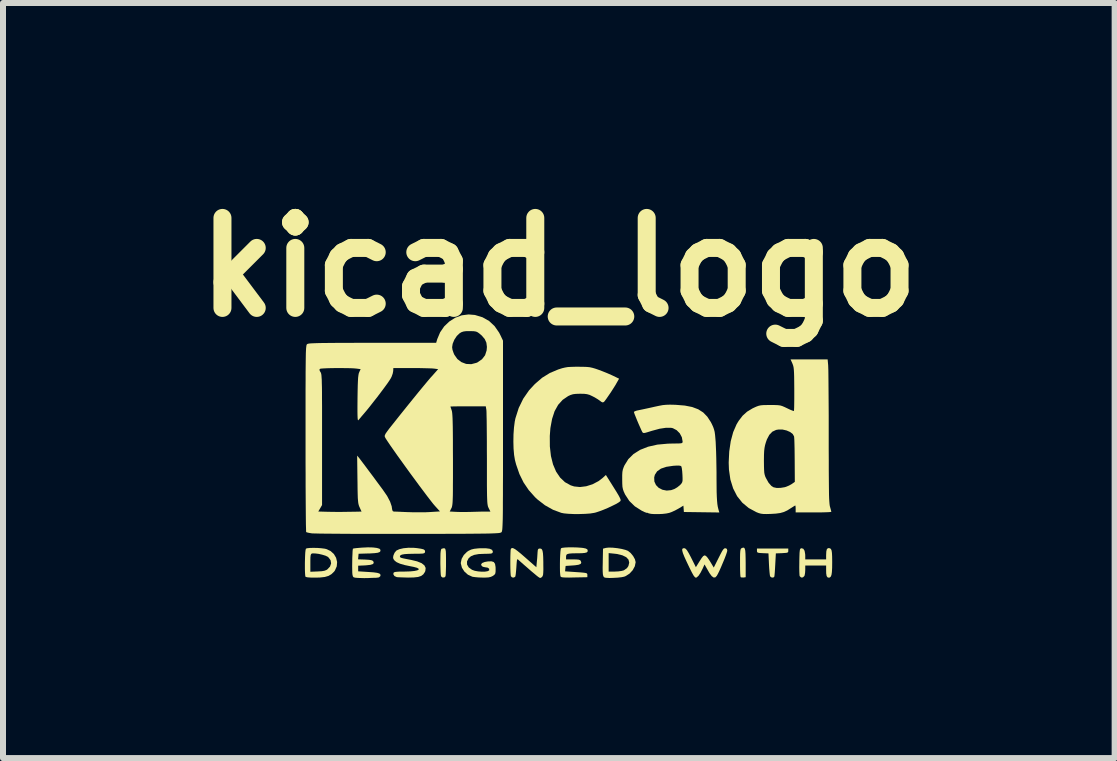
<source format=kicad_pcb>
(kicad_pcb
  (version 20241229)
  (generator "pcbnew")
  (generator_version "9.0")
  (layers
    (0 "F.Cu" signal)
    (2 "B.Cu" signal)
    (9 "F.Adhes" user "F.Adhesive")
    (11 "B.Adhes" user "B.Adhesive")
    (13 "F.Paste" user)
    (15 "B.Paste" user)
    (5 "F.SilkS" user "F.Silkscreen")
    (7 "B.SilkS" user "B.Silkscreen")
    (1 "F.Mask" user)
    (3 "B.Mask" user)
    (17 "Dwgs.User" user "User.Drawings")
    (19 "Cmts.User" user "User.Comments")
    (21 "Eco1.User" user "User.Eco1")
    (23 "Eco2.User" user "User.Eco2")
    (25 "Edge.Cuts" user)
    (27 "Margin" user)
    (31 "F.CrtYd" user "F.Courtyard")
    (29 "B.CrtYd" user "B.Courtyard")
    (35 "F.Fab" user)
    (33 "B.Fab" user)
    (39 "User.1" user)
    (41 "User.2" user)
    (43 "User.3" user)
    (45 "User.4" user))
  (footprint "kicad_logo"
    (layer "F.Cu")
    (at 6.356 4.404)
    (property "Reference" "kicad_logo" (at -0.091 -3 0) (layer "F.SilkS") (effects (font (size 1.5 1.5) (thickness 0.3))))
    (attr board_only exclude_from_pos_files exclude_from_bom)
    (fp_poly (pts (xy 2.995 1.675) (xy 3.008 1.691) (xy 3.016 1.724) (xy 3.02 1.777) (xy 3.022 1.854) (xy 3.023 1.931) (xy 3.023 2.167) (xy 2.986 2.172) (xy 2.954 2.171) (xy 2.939 2.166) (xy 2.935 2.148) (xy 2.932 2.107) (xy 2.93 2.047) (xy 2.929 1.974) (xy 2.929 1.926) (xy 2.929 1.839) (xy 2.93 1.777) (xy 2.933 1.734) (xy 2.937 1.708) (xy 2.944 1.692) (xy 2.953 1.684) (xy 2.955 1.683) (xy 2.978 1.674)) (stroke (width 0) (type solid)) (fill yes) (layer "F.SilkS"))
    (fp_poly (pts (xy -1.995 1.686) (xy -1.986 1.693) (xy -1.98 1.709) (xy -1.975 1.737) (xy -1.973 1.783) (xy -1.972 1.85) (xy -1.972 1.912) (xy -1.972 1.99) (xy -1.974 2.059) (xy -1.976 2.112) (xy -1.979 2.145) (xy -1.98 2.152) (xy -2 2.171) (xy -2.029 2.172) (xy -2.052 2.155) (xy -2.055 2.149) (xy -2.059 2.126) (xy -2.062 2.08) (xy -2.064 2.017) (xy -2.066 1.943) (xy -2.066 1.915) (xy -2.065 1.831) (xy -2.064 1.772) (xy -2.06 1.733) (xy -2.055 1.708) (xy -2.047 1.695) (xy -2.043 1.692) (xy -2.011 1.684)) (stroke (width 0) (type solid)) (fill yes) (layer "F.SilkS"))
    (fp_poly (pts (xy 3.733 1.725) (xy 3.732 1.744) (xy 3.722 1.755) (xy 3.7 1.761) (xy 3.657 1.764) (xy 3.629 1.766) (xy 3.526 1.77) (xy 3.516 1.954) (xy 3.512 2.025) (xy 3.508 2.087) (xy 3.504 2.132) (xy 3.501 2.156) (xy 3.501 2.157) (xy 3.484 2.172) (xy 3.457 2.172) (xy 3.434 2.157) (xy 3.429 2.149) (xy 3.425 2.125) (xy 3.42 2.079) (xy 3.415 2.017) (xy 3.411 1.947) (xy 3.403 1.77) (xy 3.307 1.766) (xy 3.256 1.763) (xy 3.227 1.758) (xy 3.214 1.748) (xy 3.211 1.731) (xy 3.211 1.725) (xy 3.211 1.689) (xy 3.472 1.689) (xy 3.733 1.689)) (stroke (width 0) (type solid)) (fill yes) (layer "F.SilkS"))
    (fp_poly (pts (xy 0.809 1.675) (xy 0.884 1.683) (xy 0.958 1.696) (xy 1.02 1.712) (xy 1.059 1.727) (xy 1.106 1.764) (xy 1.147 1.814) (xy 1.177 1.868) (xy 1.189 1.916) (xy 1.189 1.917) (xy 1.175 1.985) (xy 1.139 2.051) (xy 1.086 2.108) (xy 1.021 2.149) (xy 0.998 2.158) (xy 0.954 2.167) (xy 0.891 2.174) (xy 0.82 2.178) (xy 0.752 2.18) (xy 0.7 2.177) (xy 0.677 2.174) (xy 0.661 2.166) (xy 0.65 2.149) (xy 0.643 2.119) (xy 0.64 2.073) (xy 0.639 2.006) (xy 0.641 1.919) (xy 0.739 1.919) (xy 0.739 2.073) (xy 0.841 2.073) (xy 0.901 2.07) (xy 0.957 2.062) (xy 0.993 2.052) (xy 1.044 2.016) (xy 1.068 1.981) (xy 1.082 1.924) (xy 1.07 1.874) (xy 1.032 1.833) (xy 0.968 1.802) (xy 0.88 1.78) (xy 0.837 1.775) (xy 0.739 1.765) (xy 0.739 1.919) (xy 0.641 1.919) (xy 0.641 1.915) (xy 0.641 1.9) (xy 0.645 1.691) (xy 0.694 1.678) (xy 0.742 1.673)) (stroke (width 0) (type solid)) (fill yes) (layer "F.SilkS"))
    (fp_poly (pts (xy 4.428 1.685) (xy 4.444 1.697) (xy 4.455 1.722) (xy 4.461 1.763) (xy 4.464 1.825) (xy 4.465 1.913) (xy 4.465 1.918) (xy 4.464 2.012) (xy 4.46 2.082) (xy 4.453 2.129) (xy 4.441 2.158) (xy 4.424 2.172) (xy 4.408 2.175) (xy 4.386 2.168) (xy 4.372 2.146) (xy 4.365 2.103) (xy 4.364 2.05) (xy 4.364 1.972) (xy 4.19 1.972) (xy 4.016 1.972) (xy 4.016 2.045) (xy 4.013 2.094) (xy 4.006 2.134) (xy 4.001 2.147) (xy 3.977 2.17) (xy 3.948 2.172) (xy 3.926 2.153) (xy 3.921 2.142) (xy 3.919 2.116) (xy 3.917 2.068) (xy 3.916 2.002) (xy 3.917 1.927) (xy 3.917 1.899) (xy 3.919 1.817) (xy 3.921 1.76) (xy 3.925 1.722) (xy 3.929 1.701) (xy 3.937 1.69) (xy 3.948 1.685) (xy 3.954 1.684) (xy 3.984 1.693) (xy 4.005 1.727) (xy 4.015 1.785) (xy 4.016 1.813) (xy 4.016 1.87) (xy 4.19 1.87) (xy 4.364 1.87) (xy 4.364 1.799) (xy 4.367 1.737) (xy 4.376 1.7) (xy 4.393 1.684) (xy 4.406 1.682)) (stroke (width 0) (type solid)) (fill yes) (layer "F.SilkS"))
    (fp_poly (pts (xy 2.006 1.685) (xy 2.024 1.694) (xy 2.046 1.72) (xy 2.074 1.766) (xy 2.11 1.834) (xy 2.115 1.844) (xy 2.193 2) (xy 2.253 1.903) (xy 2.287 1.85) (xy 2.314 1.816) (xy 2.337 1.803) (xy 2.361 1.812) (xy 2.389 1.843) (xy 2.426 1.898) (xy 2.461 1.956) (xy 2.491 2.006) (xy 2.573 1.843) (xy 2.608 1.774) (xy 2.633 1.728) (xy 2.653 1.7) (xy 2.668 1.687) (xy 2.683 1.684) (xy 2.686 1.684) (xy 2.71 1.695) (xy 2.716 1.723) (xy 2.716 1.727) (xy 2.709 1.754) (xy 2.693 1.801) (xy 2.67 1.861) (xy 2.642 1.928) (xy 2.613 1.997) (xy 2.585 2.06) (xy 2.56 2.111) (xy 2.542 2.143) (xy 2.517 2.17) (xy 2.489 2.172) (xy 2.457 2.149) (xy 2.42 2.099) (xy 2.398 2.061) (xy 2.337 1.954) (xy 2.307 2.021) (xy 2.271 2.092) (xy 2.237 2.143) (xy 2.206 2.171) (xy 2.191 2.175) (xy 2.175 2.165) (xy 2.152 2.135) (xy 2.123 2.082) (xy 2.084 2.004) (xy 2.084 2.004) (xy 2.036 1.903) (xy 2 1.824) (xy 1.977 1.766) (xy 1.966 1.725) (xy 1.965 1.7) (xy 1.975 1.687) (xy 1.994 1.683)) (stroke (width 0) (type solid)) (fill yes) (layer "F.SilkS"))
    (fp_poly (pts (xy -4.116 1.679) (xy -4.052 1.684) (xy -3.996 1.691) (xy -3.969 1.697) (xy -3.897 1.73) (xy -3.841 1.78) (xy -3.804 1.843) (xy -3.787 1.914) (xy -3.793 1.986) (xy -3.823 2.054) (xy -3.838 2.075) (xy -3.881 2.116) (xy -3.93 2.145) (xy -3.992 2.163) (xy -4.073 2.172) (xy -4.149 2.174) (xy -4.225 2.173) (xy -4.28 2.169) (xy -4.31 2.162) (xy -4.314 2.159) (xy -4.319 2.136) (xy -4.322 2.092) (xy -4.324 2.031) (xy -4.324 1.962) (xy -4.324 1.929) (xy -4.233 1.929) (xy -4.233 2.076) (xy -4.111 2.071) (xy -4.043 2.067) (xy -3.997 2.059) (xy -3.964 2.046) (xy -3.948 2.035) (xy -3.905 1.989) (xy -3.887 1.937) (xy -3.896 1.884) (xy -3.93 1.838) (xy -3.944 1.826) (xy -3.981 1.808) (xy -4.034 1.792) (xy -4.094 1.778) (xy -4.151 1.771) (xy -4.195 1.77) (xy -4.21 1.773) (xy -4.221 1.782) (xy -4.228 1.801) (xy -4.232 1.837) (xy -4.233 1.894) (xy -4.233 1.929) (xy -4.324 1.929) (xy -4.323 1.889) (xy -4.321 1.819) (xy -4.318 1.759) (xy -4.313 1.715) (xy -4.307 1.692) (xy -4.307 1.691) (xy -4.284 1.684) (xy -4.239 1.679) (xy -4.181 1.678)) (stroke (width 0) (type solid)) (fill yes) (layer "F.SilkS"))
    (fp_poly (pts (xy -3.19 1.671) (xy -3.125 1.679) (xy -3.082 1.692) (xy -3.067 1.707) (xy -3.064 1.73) (xy -3.077 1.747) (xy -3.108 1.759) (xy -3.163 1.766) (xy -3.242 1.771) (xy -3.262 1.771) (xy -3.429 1.776) (xy -3.433 1.822) (xy -3.438 1.869) (xy -3.319 1.873) (xy -3.256 1.877) (xy -3.216 1.883) (xy -3.193 1.893) (xy -3.184 1.902) (xy -3.176 1.929) (xy -3.191 1.948) (xy -3.232 1.961) (xy -3.298 1.968) (xy -3.321 1.97) (xy -3.436 1.975) (xy -3.436 2.022) (xy -3.436 2.069) (xy -3.263 2.08) (xy -3.178 2.086) (xy -3.12 2.094) (xy -3.083 2.105) (xy -3.066 2.12) (xy -3.064 2.141) (xy -3.068 2.151) (xy -3.09 2.17) (xy -3.129 2.176) (xy -3.174 2.177) (xy -3.232 2.179) (xy -3.269 2.181) (xy -3.336 2.182) (xy -3.407 2.18) (xy -3.439 2.179) (xy -3.486 2.175) (xy -3.512 2.168) (xy -3.524 2.153) (xy -3.531 2.126) (xy -3.531 2.125) (xy -3.534 2.095) (xy -3.535 2.045) (xy -3.536 1.982) (xy -3.535 1.913) (xy -3.534 1.844) (xy -3.531 1.781) (xy -3.529 1.73) (xy -3.525 1.698) (xy -3.523 1.691) (xy -3.506 1.687) (xy -3.467 1.682) (xy -3.412 1.677) (xy -3.375 1.674) (xy -3.274 1.669)) (stroke (width 0) (type solid)) (fill yes) (layer "F.SilkS"))
    (fp_poly (pts (xy 0.214 1.671) (xy 0.282 1.676) (xy 0.312 1.679) (xy 0.358 1.689) (xy 0.382 1.702) (xy 0.389 1.716) (xy 0.389 1.738) (xy 0.375 1.753) (xy 0.343 1.762) (xy 0.291 1.767) (xy 0.215 1.768) (xy 0.138 1.769) (xy 0.086 1.773) (xy 0.054 1.78) (xy 0.036 1.792) (xy 0.03 1.812) (xy 0.029 1.828) (xy 0.029 1.87) (xy 0.144 1.87) (xy 0.204 1.871) (xy 0.242 1.875) (xy 0.263 1.883) (xy 0.274 1.896) (xy 0.283 1.925) (xy 0.272 1.945) (xy 0.239 1.959) (xy 0.18 1.968) (xy 0.142 1.971) (xy 0.022 1.979) (xy 0.017 2.024) (xy 0.013 2.069) (xy 0.199 2.082) (xy 0.275 2.087) (xy 0.326 2.092) (xy 0.359 2.097) (xy 0.376 2.104) (xy 0.383 2.114) (xy 0.384 2.128) (xy 0.384 2.131) (xy 0.384 2.167) (xy 0.165 2.171) (xy 0.079 2.173) (xy 0.019 2.172) (xy -0.022 2.17) (xy -0.046 2.166) (xy -0.059 2.159) (xy -0.064 2.152) (xy -0.068 2.125) (xy -0.072 2.076) (xy -0.073 2.014) (xy -0.073 1.943) (xy -0.072 1.87) (xy -0.069 1.801) (xy -0.065 1.743) (xy -0.06 1.702) (xy -0.055 1.685) (xy -0.033 1.677) (xy 0.012 1.672) (xy 0.072 1.669) (xy 0.141 1.669)) (stroke (width 0) (type solid)) (fill yes) (layer "F.SilkS"))
    (fp_poly (pts (xy -1.244 1.693) (xy -1.204 1.711) (xy -1.191 1.739) (xy -1.192 1.745) (xy -1.196 1.76) (xy -1.207 1.769) (xy -1.231 1.774) (xy -1.274 1.776) (xy -1.327 1.777) (xy -1.426 1.781) (xy -1.502 1.795) (xy -1.557 1.818) (xy -1.595 1.851) (xy -1.622 1.904) (xy -1.621 1.956) (xy -1.593 2.004) (xy -1.539 2.043) (xy -1.537 2.044) (xy -1.493 2.06) (xy -1.437 2.07) (xy -1.378 2.075) (xy -1.322 2.074) (xy -1.279 2.067) (xy -1.254 2.054) (xy -1.251 2.05) (xy -1.254 2.024) (xy -1.28 2.007) (xy -1.321 2.001) (xy -1.357 1.993) (xy -1.378 1.978) (xy -1.387 1.952) (xy -1.369 1.93) (xy -1.326 1.913) (xy -1.274 1.904) (xy -1.214 1.902) (xy -1.176 1.914) (xy -1.155 1.944) (xy -1.146 1.996) (xy -1.145 2.031) (xy -1.146 2.08) (xy -1.152 2.109) (xy -1.167 2.128) (xy -1.192 2.146) (xy -1.224 2.161) (xy -1.262 2.17) (xy -1.314 2.173) (xy -1.363 2.173) (xy -1.427 2.171) (xy -1.485 2.166) (xy -1.528 2.16) (xy -1.535 2.158) (xy -1.607 2.125) (xy -1.666 2.072) (xy -1.707 2.008) (xy -1.725 1.937) (xy -1.725 1.925) (xy -1.711 1.86) (xy -1.675 1.797) (xy -1.622 1.744) (xy -1.595 1.726) (xy -1.552 1.706) (xy -1.505 1.694) (xy -1.443 1.687) (xy -1.403 1.684) (xy -1.31 1.684)) (stroke (width 0) (type solid)) (fill yes) (layer "F.SilkS"))
    (fp_poly (pts (xy -0.846 1.686) (xy -0.817 1.702) (xy -0.777 1.732) (xy -0.723 1.776) (xy -0.654 1.836) (xy -0.565 1.914) (xy -0.552 1.925) (xy -0.466 2.001) (xy -0.458 1.91) (xy -0.452 1.849) (xy -0.448 1.787) (xy -0.446 1.754) (xy -0.442 1.714) (xy -0.433 1.695) (xy -0.414 1.689) (xy -0.406 1.689) (xy -0.387 1.692) (xy -0.373 1.704) (xy -0.363 1.728) (xy -0.356 1.768) (xy -0.352 1.828) (xy -0.35 1.912) (xy -0.35 1.959) (xy -0.349 2.036) (xy -0.351 2.09) (xy -0.354 2.125) (xy -0.361 2.147) (xy -0.371 2.162) (xy -0.375 2.165) (xy -0.392 2.178) (xy -0.409 2.178) (xy -0.433 2.163) (xy -0.46 2.142) (xy -0.498 2.11) (xy -0.551 2.066) (xy -0.609 2.015) (xy -0.668 1.964) (xy -0.719 1.919) (xy -0.756 1.886) (xy -0.761 1.881) (xy -0.774 1.87) (xy -0.783 1.868) (xy -0.789 1.881) (xy -0.793 1.912) (xy -0.797 1.965) (xy -0.799 1.998) (xy -0.804 2.061) (xy -0.809 2.113) (xy -0.815 2.149) (xy -0.818 2.158) (xy -0.841 2.173) (xy -0.871 2.17) (xy -0.891 2.15) (xy -0.891 2.15) (xy -0.894 2.127) (xy -0.897 2.082) (xy -0.899 2.021) (xy -0.9 1.952) (xy -0.9 1.88) (xy -0.899 1.812) (xy -0.897 1.754) (xy -0.895 1.714) (xy -0.891 1.696) (xy -0.881 1.684) (xy -0.867 1.68)) (stroke (width 0) (type solid)) (fill yes) (layer "F.SilkS"))
    (fp_poly (pts (xy -2.509 1.677) (xy -2.456 1.682) (xy -2.39 1.692) (xy -2.348 1.702) (xy -2.327 1.716) (xy -2.321 1.735) (xy -2.322 1.749) (xy -2.327 1.76) (xy -2.339 1.768) (xy -2.363 1.773) (xy -2.405 1.775) (xy -2.468 1.776) (xy -2.501 1.776) (xy -2.594 1.778) (xy -2.661 1.782) (xy -2.706 1.79) (xy -2.731 1.801) (xy -2.74 1.817) (xy -2.74 1.819) (xy -2.739 1.83) (xy -2.731 1.838) (xy -2.712 1.846) (xy -2.679 1.854) (xy -2.625 1.865) (xy -2.556 1.878) (xy -2.453 1.903) (xy -2.379 1.933) (xy -2.332 1.97) (xy -2.311 2.013) (xy -2.317 2.064) (xy -2.325 2.082) (xy -2.35 2.119) (xy -2.386 2.146) (xy -2.438 2.163) (xy -2.51 2.171) (xy -2.605 2.173) (xy -2.672 2.171) (xy -2.732 2.169) (xy -2.776 2.167) (xy -2.793 2.165) (xy -2.831 2.148) (xy -2.849 2.12) (xy -2.848 2.097) (xy -2.84 2.087) (xy -2.822 2.08) (xy -2.789 2.076) (xy -2.738 2.073) (xy -2.662 2.073) (xy -2.569 2.07) (xy -2.499 2.063) (xy -2.451 2.053) (xy -2.427 2.04) (xy -2.428 2.026) (xy -2.456 2.01) (xy -2.511 1.995) (xy -2.552 1.987) (xy -2.658 1.965) (xy -2.738 1.942) (xy -2.794 1.917) (xy -2.827 1.892) (xy -2.849 1.863) (xy -2.854 1.835) (xy -2.848 1.803) (xy -2.829 1.759) (xy -2.8 1.724) (xy -2.797 1.722) (xy -2.75 1.7) (xy -2.681 1.684) (xy -2.598 1.676)) (stroke (width 0) (type solid)) (fill yes) (layer "F.SilkS"))
    (fp_poly (pts (xy 0.314 -1.34) (xy 0.375 -1.338) (xy 0.424 -1.333) (xy 0.469 -1.323) (xy 0.517 -1.309) (xy 0.558 -1.295) (xy 0.633 -1.267) (xy 0.715 -1.234) (xy 0.788 -1.202) (xy 0.801 -1.196) (xy 0.913 -1.142) (xy 0.878 -1.081) (xy 0.85 -1.032) (xy 0.814 -0.975) (xy 0.775 -0.914) (xy 0.735 -0.856) (xy 0.7 -0.805) (xy 0.673 -0.769) (xy 0.66 -0.754) (xy 0.641 -0.746) (xy 0.617 -0.756) (xy 0.595 -0.773) (xy 0.558 -0.799) (xy 0.507 -0.83) (xy 0.468 -0.85) (xy 0.421 -0.872) (xy 0.378 -0.884) (xy 0.33 -0.89) (xy 0.265 -0.891) (xy 0.261 -0.891) (xy 0.194 -0.889) (xy 0.145 -0.883) (xy 0.103 -0.87) (xy 0.064 -0.852) (xy -0.027 -0.79) (xy -0.103 -0.706) (xy -0.162 -0.6) (xy -0.204 -0.471) (xy -0.232 -0.319) (xy -0.242 -0.188) (xy -0.241 -0.012) (xy -0.223 0.147) (xy -0.188 0.287) (xy -0.137 0.407) (xy -0.07 0.506) (xy 0.011 0.583) (xy 0.107 0.636) (xy 0.164 0.654) (xy 0.261 0.664) (xy 0.365 0.651) (xy 0.47 0.618) (xy 0.569 0.566) (xy 0.635 0.516) (xy 0.693 0.463) (xy 0.823 0.67) (xy 0.871 0.747) (xy 0.905 0.804) (xy 0.926 0.844) (xy 0.937 0.87) (xy 0.939 0.888) (xy 0.934 0.899) (xy 0.933 0.9) (xy 0.907 0.92) (xy 0.859 0.948) (xy 0.796 0.979) (xy 0.726 1.012) (xy 0.652 1.043) (xy 0.583 1.069) (xy 0.525 1.088) (xy 0.5 1.094) (xy 0.432 1.105) (xy 0.347 1.111) (xy 0.253 1.114) (xy 0.158 1.114) (xy 0.068 1.11) (xy -0.006 1.103) (xy -0.051 1.094) (xy -0.188 1.043) (xy -0.322 0.968) (xy -0.446 0.872) (xy -0.487 0.834) (xy -0.593 0.715) (xy -0.679 0.588) (xy -0.748 0.448) (xy -0.803 0.289) (xy -0.823 0.213) (xy -0.837 0.129) (xy -0.846 0.024) (xy -0.849 -0.093) (xy -0.847 -0.213) (xy -0.839 -0.327) (xy -0.826 -0.428) (xy -0.815 -0.481) (xy -0.76 -0.654) (xy -0.685 -0.808) (xy -0.588 -0.948) (xy -0.491 -1.053) (xy -0.369 -1.158) (xy -0.241 -1.237) (xy -0.101 -1.296) (xy -0.091 -1.299) (xy -0.035 -1.317) (xy 0.012 -1.328) (xy 0.059 -1.336) (xy 0.115 -1.339) (xy 0.187 -1.341) (xy 0.232 -1.341)) (stroke (width 0) (type solid)) (fill yes) (layer "F.SilkS"))
    (fp_poly (pts (xy 1.84 -0.707) (xy 1.863 -0.706) (xy 2.009 -0.694) (xy 2.131 -0.67) (xy 2.232 -0.632) (xy 2.315 -0.579) (xy 2.384 -0.508) (xy 2.442 -0.419) (xy 2.46 -0.384) (xy 2.481 -0.338) (xy 2.495 -0.298) (xy 2.506 -0.255) (xy 2.513 -0.203) (xy 2.519 -0.134) (xy 2.523 -0.086) (xy 2.526 -0.016) (xy 2.53 0.075) (xy 2.533 0.183) (xy 2.535 0.3) (xy 2.537 0.419) (xy 2.537 0.507) (xy 2.538 0.638) (xy 2.539 0.743) (xy 2.542 0.827) (xy 2.546 0.894) (xy 2.551 0.948) (xy 2.558 0.993) (xy 2.568 1.033) (xy 2.574 1.055) (xy 2.584 1.088) (xy 2.289 1.084) (xy 1.993 1.08) (xy 1.989 1.027) (xy 1.985 0.974) (xy 1.902 1.024) (xy 1.845 1.055) (xy 1.785 1.082) (xy 1.748 1.095) (xy 1.699 1.105) (xy 1.637 1.112) (xy 1.568 1.115) (xy 1.502 1.115) (xy 1.446 1.111) (xy 1.408 1.103) (xy 1.403 1.101) (xy 1.382 1.092) (xy 1.377 1.094) (xy 1.366 1.092) (xy 1.335 1.08) (xy 1.291 1.059) (xy 1.288 1.057) (xy 1.176 0.986) (xy 1.084 0.897) (xy 1.016 0.793) (xy 1.011 0.784) (xy 0.99 0.738) (xy 0.977 0.7) (xy 0.969 0.66) (xy 0.966 0.61) (xy 0.965 0.539) (xy 0.965 0.536) (xy 0.965 0.504) (xy 1.498 0.504) (xy 1.501 0.572) (xy 1.528 0.631) (xy 1.574 0.678) (xy 1.635 0.709) (xy 1.705 0.723) (xy 1.78 0.716) (xy 1.834 0.697) (xy 1.882 0.669) (xy 1.927 0.633) (xy 1.934 0.626) (xy 1.954 0.603) (xy 1.966 0.581) (xy 1.971 0.554) (xy 1.971 0.512) (xy 1.969 0.461) (xy 1.965 0.402) (xy 1.959 0.354) (xy 1.952 0.324) (xy 1.951 0.32) (xy 1.938 0.311) (xy 1.91 0.306) (xy 1.863 0.307) (xy 1.815 0.31) (xy 1.701 0.327) (xy 1.611 0.357) (xy 1.547 0.402) (xy 1.509 0.46) (xy 1.498 0.504) (xy 0.965 0.504) (xy 0.965 0.464) (xy 0.968 0.412) (xy 0.976 0.371) (xy 0.989 0.334) (xy 1.003 0.302) (xy 1.067 0.199) (xy 1.154 0.113) (xy 1.264 0.044) (xy 1.396 -0.008) (xy 1.55 -0.043) (xy 1.725 -0.059) (xy 1.801 -0.061) (xy 1.874 -0.062) (xy 1.922 -0.063) (xy 1.951 -0.066) (xy 1.966 -0.073) (xy 1.971 -0.083) (xy 1.972 -0.094) (xy 1.959 -0.166) (xy 1.924 -0.232) (xy 1.872 -0.284) (xy 1.809 -0.317) (xy 1.781 -0.323) (xy 1.696 -0.324) (xy 1.589 -0.308) (xy 1.46 -0.273) (xy 1.437 -0.266) (xy 1.379 -0.248) (xy 1.342 -0.238) (xy 1.321 -0.237) (xy 1.308 -0.242) (xy 1.299 -0.255) (xy 1.285 -0.283) (xy 1.265 -0.328) (xy 1.24 -0.384) (xy 1.215 -0.443) (xy 1.192 -0.5) (xy 1.173 -0.547) (xy 1.162 -0.579) (xy 1.16 -0.587) (xy 1.173 -0.598) (xy 1.207 -0.61) (xy 1.25 -0.619) (xy 1.303 -0.63) (xy 1.373 -0.645) (xy 1.451 -0.662) (xy 1.508 -0.675) (xy 1.583 -0.691) (xy 1.643 -0.702) (xy 1.699 -0.707) (xy 1.761 -0.709)) (stroke (width 0) (type solid)) (fill yes) (layer "F.SilkS"))
    (fp_poly (pts (xy 4.398 -1.366) (xy 4.399 -1.336) (xy 4.401 -1.279) (xy 4.402 -1.199) (xy 4.403 -1.097) (xy 4.404 -0.975) (xy 4.405 -0.838) (xy 4.406 -0.686) (xy 4.407 -0.523) (xy 4.407 -0.351) (xy 4.407 -0.173) (xy 4.407 -0.173) (xy 4.407 0.037) (xy 4.408 0.219) (xy 4.408 0.376) (xy 4.409 0.51) (xy 4.41 0.623) (xy 4.411 0.717) (xy 4.412 0.794) (xy 4.414 0.855) (xy 4.417 0.903) (xy 4.42 0.94) (xy 4.423 0.967) (xy 4.427 0.987) (xy 4.429 0.994) (xy 4.441 1.037) (xy 4.449 1.068) (xy 4.451 1.076) (xy 4.437 1.08) (xy 4.398 1.083) (xy 4.34 1.085) (xy 4.265 1.087) (xy 4.178 1.087) (xy 4.154 1.087) (xy 3.856 1.087) (xy 3.856 1.029) (xy 3.855 0.993) (xy 3.851 0.973) (xy 3.85 0.971) (xy 3.835 0.979) (xy 3.805 0.998) (xy 3.781 1.013) (xy 3.718 1.053) (xy 3.66 1.08) (xy 3.599 1.097) (xy 3.526 1.107) (xy 3.443 1.112) (xy 3.37 1.114) (xy 3.317 1.113) (xy 3.277 1.108) (xy 3.24 1.098) (xy 3.202 1.083) (xy 3.074 1.014) (xy 2.967 0.925) (xy 2.88 0.816) (xy 2.814 0.687) (xy 2.768 0.539) (xy 2.744 0.372) (xy 2.74 0.258) (xy 2.741 0.232) (xy 3.327 0.232) (xy 3.328 0.317) (xy 3.33 0.379) (xy 3.333 0.425) (xy 3.34 0.46) (xy 3.35 0.491) (xy 3.361 0.514) (xy 3.404 0.591) (xy 3.451 0.645) (xy 3.487 0.668) (xy 3.539 0.679) (xy 3.605 0.678) (xy 3.672 0.667) (xy 3.696 0.66) (xy 3.746 0.639) (xy 3.791 0.614) (xy 3.799 0.608) (xy 3.842 0.578) (xy 3.84 0.22) (xy 3.839 0.119) (xy 3.838 0.025) (xy 3.836 -0.057) (xy 3.834 -0.122) (xy 3.831 -0.166) (xy 3.829 -0.181) (xy 3.807 -0.22) (xy 3.764 -0.253) (xy 3.705 -0.279) (xy 3.639 -0.294) (xy 3.572 -0.295) (xy 3.53 -0.288) (xy 3.468 -0.259) (xy 3.417 -0.206) (xy 3.377 -0.13) (xy 3.36 -0.082) (xy 3.346 -0.034) (xy 3.337 0.012) (xy 3.331 0.064) (xy 3.328 0.13) (xy 3.327 0.215) (xy 3.327 0.232) (xy 2.741 0.232) (xy 2.749 0.071) (xy 2.774 -0.1) (xy 2.815 -0.252) (xy 2.872 -0.383) (xy 2.906 -0.439) (xy 2.972 -0.525) (xy 3.046 -0.592) (xy 3.137 -0.647) (xy 3.16 -0.658) (xy 3.202 -0.677) (xy 3.238 -0.69) (xy 3.274 -0.698) (xy 3.32 -0.702) (xy 3.382 -0.703) (xy 3.43 -0.703) (xy 3.504 -0.703) (xy 3.557 -0.701) (xy 3.598 -0.696) (xy 3.632 -0.686) (xy 3.67 -0.67) (xy 3.712 -0.65) (xy 3.762 -0.626) (xy 3.802 -0.61) (xy 3.825 -0.603) (xy 3.827 -0.604) (xy 3.829 -0.62) (xy 3.831 -0.661) (xy 3.832 -0.723) (xy 3.833 -0.802) (xy 3.833 -0.894) (xy 3.833 -0.97) (xy 3.832 -1.083) (xy 3.831 -1.171) (xy 3.829 -1.238) (xy 3.826 -1.288) (xy 3.822 -1.326) (xy 3.816 -1.355) (xy 3.808 -1.379) (xy 3.801 -1.397) (xy 3.771 -1.464) (xy 4.08 -1.464) (xy 4.389 -1.464)) (stroke (width 0) (type solid)) (fill yes) (layer "F.SilkS"))
    (fp_poly (pts (xy -1.49 -2.204) (xy -1.364 -2.166) (xy -1.254 -2.104) (xy -1.162 -2.018) (xy -1.087 -1.91) (xy -1.068 -1.873) (xy -1.022 -1.776) (xy -1.022 -0.193) (xy -1.022 0.056) (xy -1.022 0.277) (xy -1.022 0.473) (xy -1.023 0.645) (xy -1.023 0.793) (xy -1.024 0.922) (xy -1.024 1.03) (xy -1.025 1.122) (xy -1.026 1.197) (xy -1.028 1.257) (xy -1.03 1.305) (xy -1.032 1.342) (xy -1.034 1.37) (xy -1.037 1.389) (xy -1.04 1.402) (xy -1.043 1.411) (xy -1.047 1.416) (xy -1.048 1.417) (xy -1.053 1.421) (xy -1.061 1.424) (xy -1.074 1.428) (xy -1.093 1.431) (xy -1.12 1.433) (xy -1.156 1.435) (xy -1.204 1.437) (xy -1.264 1.439) (xy -1.339 1.44) (xy -1.43 1.441) (xy -1.539 1.442) (xy -1.667 1.443) (xy -1.817 1.443) (xy -1.989 1.444) (xy -2.185 1.444) (xy -2.408 1.444) (xy -2.599 1.445) (xy -2.809 1.445) (xy -3.012 1.445) (xy -3.205 1.445) (xy -3.388 1.444) (xy -3.558 1.444) (xy -3.713 1.443) (xy -3.85 1.442) (xy -3.969 1.441) (xy -4.066 1.44) (xy -4.14 1.438) (xy -4.188 1.437) (xy -4.209 1.436) (xy -4.256 1.428) (xy -4.29 1.42) (xy -4.303 1.414) (xy -4.304 1.399) (xy -4.305 1.356) (xy -4.307 1.288) (xy -4.308 1.197) (xy -4.309 1.084) (xy -4.309 1.072) (xy -4.101 1.072) (xy -3.968 1.076) (xy -3.863 1.078) (xy -3.742 1.079) (xy -3.6 1.077) (xy -3.469 1.075) (xy -3.38 1.073) (xy -3.411 1.004) (xy -3.421 0.982) (xy -3.428 0.959) (xy -3.434 0.932) (xy -3.438 0.896) (xy -3.442 0.848) (xy -3.444 0.784) (xy -3.446 0.701) (xy -3.447 0.594) (xy -3.448 0.538) (xy -3.453 0.14) (xy -3.418 0.182) (xy -3.398 0.208) (xy -3.365 0.252) (xy -3.321 0.31) (xy -3.272 0.376) (xy -3.233 0.428) (xy -3.179 0.5) (xy -3.127 0.571) (xy -3.081 0.633) (xy -3.045 0.682) (xy -3.029 0.703) (xy -2.954 0.812) (xy -2.904 0.907) (xy -2.877 0.986) (xy -2.875 1.003) (xy -2.868 1.045) (xy -2.859 1.066) (xy -2.841 1.073) (xy -2.829 1.073) (xy -2.8 1.074) (xy -2.749 1.076) (xy -2.684 1.079) (xy -2.61 1.082) (xy -2.602 1.082) (xy -2.509 1.085) (xy -2.406 1.085) (xy -2.307 1.084) (xy -2.243 1.081) (xy -2.1 1.072) (xy -1.91 1.072) (xy -1.799 1.078) (xy -1.733 1.08) (xy -1.652 1.08) (xy -1.57 1.079) (xy -1.544 1.078) (xy -1.47 1.076) (xy -1.397 1.074) (xy -1.335 1.073) (xy -1.315 1.073) (xy -1.232 1.073) (xy -1.261 1.015) (xy -1.267 1.002) (xy -1.273 0.987) (xy -1.277 0.968) (xy -1.281 0.943) (xy -1.284 0.909) (xy -1.286 0.864) (xy -1.288 0.805) (xy -1.289 0.729) (xy -1.29 0.635) (xy -1.29 0.52) (xy -1.29 0.381) (xy -1.29 0.216) (xy -1.29 0.193) (xy -1.291 0.045) (xy -1.291 -0.096) (xy -1.292 -0.226) (xy -1.293 -0.344) (xy -1.294 -0.445) (xy -1.296 -0.526) (xy -1.297 -0.586) (xy -1.299 -0.621) (xy -1.3 -0.627) (xy -1.309 -0.681) (xy -1.604 -0.681) (xy -1.693 -0.681) (xy -1.771 -0.681) (xy -1.834 -0.68) (xy -1.878 -0.679) (xy -1.898 -0.678) (xy -1.899 -0.678) (xy -1.894 -0.663) (xy -1.883 -0.631) (xy -1.878 -0.616) (xy -1.873 -0.598) (xy -1.869 -0.572) (xy -1.866 -0.536) (xy -1.863 -0.486) (xy -1.861 -0.421) (xy -1.859 -0.339) (xy -1.858 -0.237) (xy -1.857 -0.113) (xy -1.857 0.036) (xy -1.856 0.204) (xy -1.856 0.372) (xy -1.856 0.514) (xy -1.857 0.633) (xy -1.857 0.729) (xy -1.858 0.807) (xy -1.86 0.867) (xy -1.862 0.914) (xy -1.865 0.949) (xy -1.869 0.975) (xy -1.873 0.994) (xy -1.878 1.009) (xy -1.883 1.018) (xy -1.91 1.072) (xy -2.1 1.072) (xy -2.073 1.07) (xy -2.154 0.981) (xy -2.185 0.945) (xy -2.228 0.89) (xy -2.283 0.819) (xy -2.346 0.735) (xy -2.416 0.642) (xy -2.49 0.541) (xy -2.567 0.437) (xy -2.643 0.332) (xy -2.717 0.229) (xy -2.787 0.132) (xy -2.85 0.042) (xy -2.904 -0.035) (xy -2.947 -0.099) (xy -2.977 -0.145) (xy -2.99 -0.169) (xy -2.994 -0.184) (xy -2.991 -0.201) (xy -2.979 -0.226) (xy -2.954 -0.262) (xy -2.916 -0.313) (xy -2.869 -0.372) (xy -2.749 -0.523) (xy -2.636 -0.664) (xy -2.531 -0.794) (xy -2.436 -0.911) (xy -2.352 -1.013) (xy -2.282 -1.097) (xy -2.227 -1.162) (xy -2.201 -1.19) (xy -2.103 -1.301) (xy -2.17 -1.31) (xy -2.204 -1.313) (xy -2.263 -1.315) (xy -2.339 -1.317) (xy -2.427 -1.319) (xy -2.523 -1.319) (xy -2.543 -1.319) (xy -2.85 -1.319) (xy -2.852 -1.27) (xy -2.86 -1.228) (xy -2.878 -1.177) (xy -2.892 -1.149) (xy -2.914 -1.114) (xy -2.95 -1.061) (xy -2.999 -0.994) (xy -3.056 -0.918) (xy -3.117 -0.837) (xy -3.181 -0.756) (xy -3.242 -0.678) (xy -3.298 -0.609) (xy -3.342 -0.557) (xy -3.379 -0.514) (xy -3.411 -0.476) (xy -3.431 -0.452) (xy -3.433 -0.451) (xy -3.438 -0.448) (xy -3.442 -0.459) (xy -3.445 -0.485) (xy -3.447 -0.529) (xy -3.448 -0.593) (xy -3.448 -0.681) (xy -3.447 -0.795) (xy -3.447 -0.812) (xy -3.445 -0.933) (xy -3.443 -1.028) (xy -3.44 -1.102) (xy -3.437 -1.157) (xy -3.432 -1.198) (xy -3.427 -1.227) (xy -3.419 -1.248) (xy -3.419 -1.249) (xy -3.395 -1.301) (xy -3.461 -1.31) (xy -3.503 -1.314) (xy -3.563 -1.317) (xy -3.636 -1.318) (xy -3.718 -1.319) (xy -3.802 -1.319) (xy -3.884 -1.318) (xy -3.957 -1.316) (xy -4.016 -1.313) (xy -4.057 -1.31) (xy -4.072 -1.306) (xy -4.082 -1.293) (xy -4.076 -1.272) (xy -4.065 -1.253) (xy -4.059 -1.244) (xy -4.055 -1.233) (xy -4.051 -1.217) (xy -4.048 -1.195) (xy -4.046 -1.164) (xy -4.043 -1.123) (xy -4.042 -1.069) (xy -4.04 -1.001) (xy -4.039 -0.917) (xy -4.039 -0.814) (xy -4.038 -0.69) (xy -4.038 -0.544) (xy -4.038 -0.374) (xy -4.038 -0.176) (xy -4.038 -0.124) (xy -4.038 0.964) (xy -4.069 1.018) (xy -4.101 1.072) (xy -4.309 1.072) (xy -4.31 0.952) (xy -4.311 0.802) (xy -4.312 0.637) (xy -4.312 0.457) (xy -4.313 0.266) (xy -4.313 0.064) (xy -4.313 -0.145) (xy -4.313 -0.147) (xy -4.313 -0.393) (xy -4.313 -0.611) (xy -4.313 -0.804) (xy -4.313 -0.972) (xy -4.312 -1.118) (xy -4.312 -1.244) (xy -4.311 -1.35) (xy -4.31 -1.438) (xy -4.309 -1.511) (xy -4.308 -1.569) (xy -4.306 -1.615) (xy -4.304 -1.65) (xy -4.302 -1.667) (xy -1.87 -1.667) (xy -1.864 -1.624) (xy -1.846 -1.571) (xy -1.834 -1.543) (xy -1.783 -1.47) (xy -1.715 -1.418) (xy -1.636 -1.388) (xy -1.551 -1.384) (xy -1.466 -1.406) (xy -1.447 -1.414) (xy -1.372 -1.466) (xy -1.321 -1.532) (xy -1.295 -1.613) (xy -1.29 -1.672) (xy -1.299 -1.742) (xy -1.326 -1.802) (xy -1.375 -1.86) (xy -1.411 -1.891) (xy -1.442 -1.914) (xy -1.47 -1.927) (xy -1.505 -1.933) (xy -1.556 -1.935) (xy -1.579 -1.935) (xy -1.641 -1.934) (xy -1.683 -1.928) (xy -1.717 -1.916) (xy -1.745 -1.899) (xy -1.792 -1.854) (xy -1.833 -1.792) (xy -1.861 -1.724) (xy -1.87 -1.667) (xy -4.302 -1.667) (xy -4.301 -1.675) (xy -4.299 -1.693) (xy -4.295 -1.705) (xy -4.292 -1.713) (xy -4.287 -1.717) (xy -4.285 -1.719) (xy -4.276 -1.723) (xy -4.259 -1.727) (xy -4.232 -1.73) (xy -4.194 -1.732) (xy -4.142 -1.734) (xy -4.075 -1.736) (xy -3.99 -1.737) (xy -3.887 -1.738) (xy -3.762 -1.739) (xy -3.614 -1.739) (xy -3.442 -1.74) (xy -3.243 -1.74) (xy -3.196 -1.74) (xy -2.136 -1.74) (xy -2.118 -1.801) (xy -2.07 -1.915) (xy -2.002 -2.014) (xy -1.917 -2.095) (xy -1.818 -2.158) (xy -1.71 -2.198) (xy -1.596 -2.213)) (stroke (width 0) (type solid)) (fill yes) (layer "F.SilkS")))
  (gr_rect
    (start -3 -3)
    (end 15.529 9.586)
    (stroke (width 0.1) (type default))
    (fill no)
    (layer "Edge.Cuts")))
</source>
